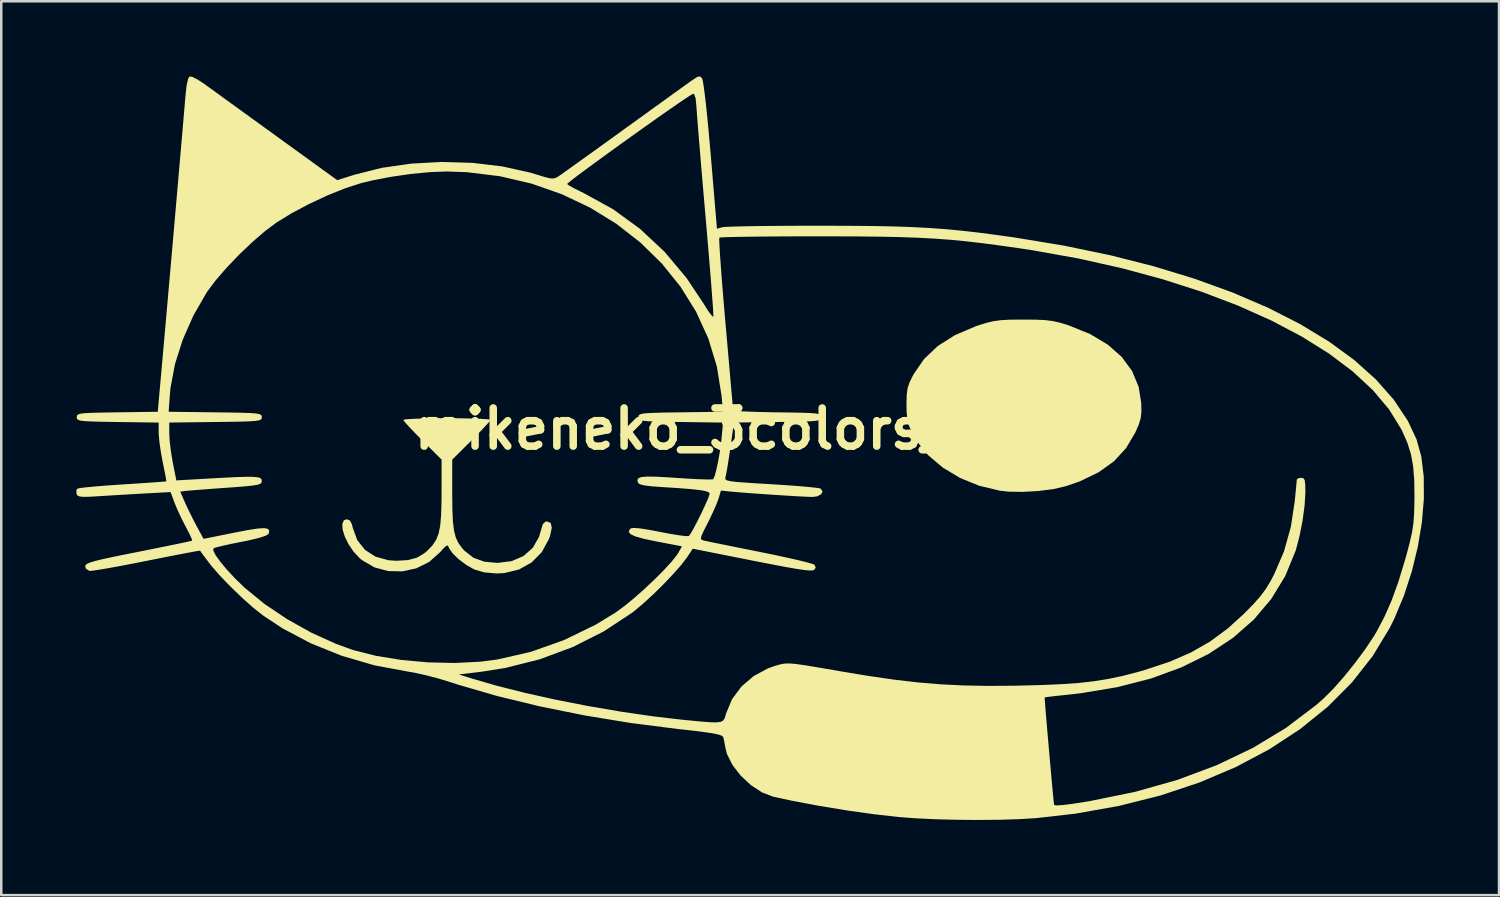
<source format=kicad_pcb>
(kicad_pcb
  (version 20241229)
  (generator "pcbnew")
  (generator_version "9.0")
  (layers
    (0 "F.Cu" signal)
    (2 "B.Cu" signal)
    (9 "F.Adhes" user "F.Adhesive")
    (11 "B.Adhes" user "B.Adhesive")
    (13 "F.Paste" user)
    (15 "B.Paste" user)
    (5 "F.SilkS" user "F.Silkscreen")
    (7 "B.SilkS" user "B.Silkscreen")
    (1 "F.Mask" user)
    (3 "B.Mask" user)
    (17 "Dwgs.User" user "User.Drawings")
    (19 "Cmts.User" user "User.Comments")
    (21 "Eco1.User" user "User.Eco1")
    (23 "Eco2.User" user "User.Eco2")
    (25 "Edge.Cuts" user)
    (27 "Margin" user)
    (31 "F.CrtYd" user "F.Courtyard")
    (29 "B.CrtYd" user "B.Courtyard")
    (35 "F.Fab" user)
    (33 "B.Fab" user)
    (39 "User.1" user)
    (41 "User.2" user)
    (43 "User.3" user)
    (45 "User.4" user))
  (footprint "mikeneko_3colors_hosei"
    (layer "F.Cu")
    (at 27.24 14.074)
    (property "Reference" "mikeneko_3colors_hosei" (at 0 0 0) (layer "F.SilkS") (effects (font (size 1.524 1.524) (thickness 0.3))))
    (attr board_only exclude_from_pos_files exclude_from_bom)
    (fp_poly (pts (xy 11.062 -4.36) (xy 11.429 -4.344) (xy 11.726 -4.308) (xy 12.004 -4.247) (xy 12.313 -4.155) (xy 12.385 -4.131) (xy 13.233 -3.788) (xy 13.939 -3.366) (xy 14.501 -2.871) (xy 14.914 -2.307) (xy 15.175 -1.677) (xy 15.277 -1.043) (xy 15.286 -0.695) (xy 15.258 -0.43) (xy 15.179 -0.169) (xy 15.041 0.146) (xy 14.674 0.766) (xy 14.193 1.291) (xy 13.583 1.73) (xy 12.835 2.092) (xy 12.275 2.288) (xy 11.78 2.402) (xy 11.187 2.48) (xy 10.565 2.516) (xy 9.982 2.507) (xy 9.632 2.469) (xy 8.81 2.272) (xy 8.044 1.96) (xy 7.356 1.548) (xy 6.772 1.053) (xy 6.316 0.491) (xy 6.137 0.177) (xy 6.01 -0.112) (xy 5.939 -0.379) (xy 5.909 -0.695) (xy 5.905 -0.977) (xy 5.913 -1.346) (xy 5.948 -1.616) (xy 6.027 -1.856) (xy 6.165 -2.136) (xy 6.186 -2.176) (xy 6.606 -2.788) (xy 7.155 -3.309) (xy 7.842 -3.744) (xy 8.673 -4.098) (xy 8.792 -4.139) (xy 9.106 -4.236) (xy 9.384 -4.301) (xy 9.676 -4.34) (xy 10.032 -4.359) (xy 10.502 -4.364) (xy 10.576 -4.364)) (stroke (width 0) (type solid)) (fill yes) (layer "F.SilkS"))
    (fp_poly (pts (xy -11.922 -0.422) (xy -11.462 -0.413) (xy -11.089 -0.4) (xy -10.83 -0.384) (xy -10.709 -0.365) (xy -10.704 -0.359) (xy -10.761 -0.278) (xy -10.916 -0.103) (xy -11.147 0.142) (xy -11.431 0.431) (xy -11.468 0.467) (xy -12.233 1.228) (xy -12.233 2.613) (xy -12.227 3.225) (xy -12.206 3.696) (xy -12.163 4.056) (xy -12.092 4.334) (xy -11.986 4.559) (xy -11.84 4.76) (xy -11.74 4.87) (xy -11.385 5.147) (xy -10.95 5.304) (xy -10.423 5.352) (xy -9.86 5.281) (xy -9.386 5.077) (xy -9.017 4.75) (xy -8.766 4.312) (xy -8.685 4.035) (xy -8.614 3.802) (xy -8.513 3.705) (xy -8.45 3.695) (xy -8.3 3.76) (xy -8.258 3.952) (xy -8.325 4.266) (xy -8.37 4.393) (xy -8.656 4.92) (xy -9.058 5.33) (xy -9.561 5.613) (xy -10.146 5.757) (xy -10.449 5.774) (xy -10.953 5.731) (xy -11.346 5.616) (xy -11.658 5.442) (xy -11.959 5.219) (xy -12.205 4.985) (xy -12.351 4.779) (xy -12.364 4.746) (xy -12.406 4.661) (xy -12.472 4.668) (xy -12.592 4.781) (xy -12.724 4.932) (xy -13.156 5.315) (xy -13.667 5.568) (xy -14.223 5.69) (xy -14.791 5.678) (xy -15.338 5.531) (xy -15.832 5.244) (xy -15.921 5.17) (xy -16.168 4.908) (xy -16.372 4.609) (xy -16.522 4.303) (xy -16.61 4.02) (xy -16.623 3.791) (xy -16.554 3.646) (xy -16.442 3.61) (xy -16.318 3.657) (xy -16.236 3.821) (xy -16.205 3.95) (xy -16.024 4.443) (xy -15.717 4.831) (xy -15.297 5.102) (xy -14.779 5.246) (xy -14.463 5.267) (xy -13.997 5.239) (xy -13.641 5.143) (xy -13.341 4.962) (xy -13.22 4.858) (xy -13.025 4.655) (xy -12.881 4.441) (xy -12.779 4.188) (xy -12.713 3.867) (xy -12.677 3.448) (xy -12.661 2.902) (xy -12.659 2.589) (xy -12.658 1.228) (xy -13.422 0.467) (xy -13.711 0.175) (xy -13.95 -0.076) (xy -14.116 -0.261) (xy -14.186 -0.355) (xy -14.187 -0.359) (xy -14.106 -0.379) (xy -13.88 -0.396) (xy -13.535 -0.41) (xy -13.095 -0.42) (xy -12.586 -0.425) (xy -12.445 -0.425)) (stroke (width 0) (type solid)) (fill yes) (layer "F.SilkS"))
    (fp_poly (pts (xy -22.597 -14.048) (xy -22.387 -13.94) (xy -22.13 -13.771) (xy -22.098 -13.748) (xy -21.908 -13.61) (xy -21.6 -13.387) (xy -21.195 -13.093) (xy -20.714 -12.745) (xy -20.177 -12.356) (xy -19.604 -11.942) (xy -19.208 -11.655) (xy -16.824 -9.93) (xy -16.135 -10.148) (xy -15.047 -10.422) (xy -13.872 -10.591) (xy -12.65 -10.658) (xy -11.424 -10.621) (xy -10.238 -10.48) (xy -9.132 -10.236) (xy -8.864 -10.155) (xy -8.531 -10.053) (xy -8.316 -10.002) (xy -8.175 -9.999) (xy -8.062 -10.039) (xy -7.992 -10.082) (xy -7.875 -10.163) (xy -7.639 -10.331) (xy -7.299 -10.574) (xy -6.874 -10.879) (xy -6.38 -11.234) (xy -5.836 -11.626) (xy -5.357 -11.972) (xy -4.779 -12.389) (xy -4.234 -12.783) (xy -3.739 -13.139) (xy -3.314 -13.446) (xy -2.976 -13.689) (xy -2.742 -13.857) (xy -2.643 -13.927) (xy -2.454 -14.049) (xy -2.346 -14.074) (xy -2.268 -14.011) (xy -2.256 -13.995) (xy -2.224 -13.878) (xy -2.182 -13.608) (xy -2.131 -13.203) (xy -2.073 -12.68) (xy -2.011 -12.056) (xy -1.947 -11.349) (xy -1.91 -10.926) (xy -1.663 -7.991) (xy -1.448 -8.052) (xy -1.319 -8.065) (xy -1.039 -8.076) (xy -0.626 -8.087) (xy -0.1 -8.096) (xy 0.522 -8.103) (xy 1.221 -8.108) (xy 1.978 -8.111) (xy 2.464 -8.111) (xy 3.56 -8.108) (xy 4.515 -8.1) (xy 5.355 -8.084) (xy 6.108 -8.058) (xy 6.802 -8.022) (xy 7.465 -7.974) (xy 8.124 -7.911) (xy 8.807 -7.833) (xy 9.541 -7.737) (xy 10.236 -7.639) (xy 12.178 -7.319) (xy 14.026 -6.936) (xy 15.772 -6.494) (xy 17.41 -5.994) (xy 18.936 -5.44) (xy 20.342 -4.836) (xy 21.622 -4.184) (xy 22.771 -3.488) (xy 23.782 -2.75) (xy 24.648 -1.974) (xy 25.364 -1.162) (xy 25.924 -0.319) (xy 26.271 0.419) (xy 26.461 1.102) (xy 26.558 1.899) (xy 26.564 2.782) (xy 26.485 3.726) (xy 26.323 4.704) (xy 26.083 5.69) (xy 25.768 6.658) (xy 25.382 7.581) (xy 25.204 7.94) (xy 24.523 9.068) (xy 23.695 10.121) (xy 22.727 11.095) (xy 21.627 11.985) (xy 20.401 12.789) (xy 19.058 13.502) (xy 17.605 14.119) (xy 16.048 14.638) (xy 14.395 15.054) (xy 12.654 15.364) (xy 11.086 15.542) (xy 10.431 15.583) (xy 9.654 15.608) (xy 8.801 15.616) (xy 7.921 15.609) (xy 7.058 15.587) (xy 6.262 15.549) (xy 5.607 15.5) (xy 4.627 15.39) (xy 3.55 15.239) (xy 2.441 15.057) (xy 1.366 14.855) (xy 0.595 14.691) (xy 0.141 14.518) (xy -0.308 14.225) (xy -0.714 13.847) (xy -1.045 13.42) (xy -1.264 12.979) (xy -1.321 12.758) (xy -1.366 12.513) (xy -1.406 12.327) (xy -1.41 12.311) (xy -1.452 12.262) (xy -1.564 12.216) (xy -1.763 12.17) (xy -2.071 12.121) (xy -2.505 12.065) (xy -3.086 11.999) (xy -3.208 11.986) (xy -5.095 11.746) (xy -6.951 11.441) (xy -8.743 11.079) (xy -10.44 10.667) (xy -12.01 10.21) (xy -12.318 10.11) (xy -12.789 9.966) (xy -13.289 9.836) (xy -13.428 9.805) (xy -11.967 9.805) (xy -11.484 9.958) (xy -10.471 10.253) (xy -9.328 10.541) (xy -8.092 10.816) (xy -6.803 11.068) (xy -5.501 11.291) (xy -4.222 11.477) (xy -3.008 11.619) (xy -2.846 11.634) (xy -2.322 11.684) (xy -1.943 11.714) (xy -1.681 11.72) (xy -1.513 11.698) (xy -1.413 11.644) (xy -1.354 11.552) (xy -1.313 11.418) (xy -1.297 11.358) (xy -1.061 10.794) (xy -0.686 10.289) (xy -0.196 9.869) (xy 0.383 9.558) (xy 0.66 9.462) (xy 0.817 9.417) (xy 0.954 9.385) (xy 1.095 9.368) (xy 1.263 9.368) (xy 1.483 9.388) (xy 1.779 9.428) (xy 2.175 9.492) (xy 2.694 9.58) (xy 3.228 9.673) (xy 4.379 9.864) (xy 5.407 10.013) (xy 6.356 10.124) (xy 7.267 10.2) (xy 8.181 10.245) (xy 9.142 10.263) (xy 10.19 10.256) (xy 10.321 10.253) (xy 11.262 10.23) (xy 12.064 10.196) (xy 12.759 10.147) (xy 13.377 10.079) (xy 13.949 9.988) (xy 14.508 9.871) (xy 15.083 9.724) (xy 15.416 9.629) (xy 16.405 9.301) (xy 17.263 8.929) (xy 18.028 8.491) (xy 18.738 7.966) (xy 19.371 7.391) (xy 19.748 7.009) (xy 20.029 6.692) (xy 20.25 6.395) (xy 20.445 6.073) (xy 20.58 5.818) (xy 20.979 4.892) (xy 21.252 3.914) (xy 21.408 2.888) (xy 21.443 2.533) (xy 21.47 2.243) (xy 21.487 2.059) (xy 21.49 2.018) (xy 21.563 1.966) (xy 21.662 1.954) (xy 21.753 1.97) (xy 21.804 2.045) (xy 21.827 2.214) (xy 21.832 2.515) (xy 21.832 2.527) (xy 21.802 3.053) (xy 21.72 3.664) (xy 21.598 4.285) (xy 21.45 4.844) (xy 21.436 4.885) (xy 21.026 5.88) (xy 20.472 6.789) (xy 19.777 7.611) (xy 18.946 8.342) (xy 17.981 8.98) (xy 16.887 9.522) (xy 15.668 9.968) (xy 14.326 10.313) (xy 12.867 10.556) (xy 12.324 10.617) (xy 11.958 10.655) (xy 11.662 10.689) (xy 11.473 10.714) (xy 11.422 10.726) (xy 11.426 10.81) (xy 11.443 11.036) (xy 11.47 11.376) (xy 11.506 11.803) (xy 11.548 12.288) (xy 11.593 12.804) (xy 11.639 13.324) (xy 11.683 13.82) (xy 11.724 14.264) (xy 11.758 14.628) (xy 11.784 14.886) (xy 11.798 15.009) (xy 11.799 15.015) (xy 11.89 15.036) (xy 12.131 15.022) (xy 12.529 14.972) (xy 13.088 14.885) (xy 13.21 14.865) (xy 15.016 14.498) (xy 16.708 14.021) (xy 18.281 13.434) (xy 19.732 12.741) (xy 21.055 11.942) (xy 22.246 11.04) (xy 22.569 10.758) (xy 22.946 10.381) (xy 23.37 9.901) (xy 23.803 9.364) (xy 24.21 8.815) (xy 24.554 8.3) (xy 24.667 8.112) (xy 24.989 7.504) (xy 25.277 6.848) (xy 25.545 6.107) (xy 25.808 5.245) (xy 25.88 4.988) (xy 26.006 4.511) (xy 26.091 4.13) (xy 26.144 3.783) (xy 26.172 3.41) (xy 26.185 2.952) (xy 26.188 2.737) (xy 26.179 2.047) (xy 26.134 1.48) (xy 26.042 0.99) (xy 25.896 0.534) (xy 25.687 0.065) (xy 25.664 0.019) (xy 25.174 -0.778) (xy 24.523 -1.55) (xy 23.719 -2.296) (xy 22.77 -3.009) (xy 21.685 -3.688) (xy 20.472 -4.327) (xy 19.137 -4.924) (xy 17.691 -5.474) (xy 16.139 -5.973) (xy 14.492 -6.418) (xy 12.756 -6.806) (xy 10.939 -7.131) (xy 10.406 -7.212) (xy 9.638 -7.321) (xy 8.942 -7.413) (xy 8.293 -7.488) (xy 7.664 -7.549) (xy 7.031 -7.596) (xy 6.367 -7.632) (xy 5.647 -7.657) (xy 4.846 -7.674) (xy 3.936 -7.684) (xy 2.894 -7.687) (xy 2.407 -7.688) (xy 1.607 -7.687) (xy 0.859 -7.684) (xy 0.181 -7.679) (xy -0.41 -7.672) (xy -0.898 -7.664) (xy -1.265 -7.655) (xy -1.494 -7.645) (xy -1.568 -7.635) (xy -1.572 -7.542) (xy -1.562 -7.297) (xy -1.539 -6.92) (xy -1.504 -6.429) (xy -1.459 -5.841) (xy -1.405 -5.176) (xy -1.343 -4.45) (xy -1.32 -4.187) (xy -1.254 -3.445) (xy -1.194 -2.757) (xy -1.14 -2.14) (xy -1.094 -1.612) (xy -1.057 -1.193) (xy -1.032 -0.9) (xy -1.02 -0.752) (xy -1.019 -0.738) (xy -0.939 -0.72) (xy -0.713 -0.703) (xy -0.367 -0.687) (xy 0.073 -0.673) (xy 0.584 -0.662) (xy 0.743 -0.66) (xy 1.333 -0.652) (xy 1.774 -0.643) (xy 2.088 -0.63) (xy 2.296 -0.613) (xy 2.421 -0.587) (xy 2.483 -0.551) (xy 2.504 -0.503) (xy 2.506 -0.467) (xy 2.499 -0.41) (xy 2.464 -0.367) (xy 2.378 -0.336) (xy 2.222 -0.314) (xy 1.972 -0.298) (xy 1.607 -0.288) (xy 1.106 -0.279) (xy 0.761 -0.274) (xy -0.984 -0.252) (xy -1.126 0.745) (xy -1.186 1.154) (xy -1.243 1.515) (xy -1.291 1.786) (xy -1.32 1.92) (xy -1.332 1.979) (xy -1.316 2.024) (xy -1.252 2.06) (xy -1.119 2.09) (xy -0.897 2.117) (xy -0.566 2.143) (xy -0.106 2.174) (xy 0.499 2.21) (xy 1.049 2.245) (xy 1.545 2.281) (xy 1.96 2.317) (xy 2.268 2.349) (xy 2.444 2.375) (xy 2.472 2.384) (xy 2.554 2.495) (xy 2.5 2.609) (xy 2.341 2.694) (xy 2.164 2.718) (xy 1.96 2.712) (xy 1.626 2.696) (xy 1.197 2.671) (xy 0.713 2.64) (xy 0.21 2.607) (xy -0.273 2.572) (xy -0.698 2.54) (xy -1.029 2.512) (xy -1.07 2.508) (xy -1.503 2.465) (xy -1.599 2.783) (xy -1.683 3.009) (xy -1.822 3.325) (xy -1.988 3.672) (xy -2.032 3.759) (xy -2.192 4.074) (xy -2.281 4.271) (xy -2.305 4.38) (xy -2.271 4.432) (xy -2.185 4.46) (xy -2.183 4.461) (xy -2.05 4.489) (xy -1.776 4.546) (xy -1.385 4.625) (xy -0.903 4.723) (xy -0.356 4.833) (xy 0.07 4.918) (xy 0.644 5.035) (xy 1.164 5.148) (xy 1.607 5.249) (xy 1.949 5.334) (xy 2.166 5.397) (xy 2.232 5.426) (xy 2.28 5.542) (xy 2.223 5.626) (xy 2.159 5.651) (xy 2.024 5.654) (xy 1.804 5.633) (xy 1.482 5.585) (xy 1.041 5.508) (xy 0.468 5.399) (xy -0.255 5.257) (xy -2.629 4.785) (xy -2.852 5.121) (xy -3.079 5.421) (xy -3.404 5.792) (xy -3.792 6.2) (xy -4.209 6.61) (xy -4.619 6.986) (xy -4.988 7.294) (xy -5.049 7.34) (xy -6.185 8.089) (xy -7.422 8.712) (xy -8.74 9.201) (xy -10.118 9.548) (xy -11.085 9.7) (xy -11.967 9.805) (xy -13.428 9.805) (xy -13.749 9.734) (xy -14.017 9.689) (xy -15.339 9.442) (xy -16.633 9.065) (xy -17.867 8.569) (xy -19.009 7.966) (xy -19.793 7.447) (xy -20.187 7.133) (xy -20.633 6.736) (xy -21.088 6.297) (xy -21.508 5.861) (xy -21.85 5.469) (xy -21.939 5.354) (xy -22.116 5.118) (xy -22.247 4.942) (xy -22.302 4.864) (xy -22.303 4.864) (xy -22.385 4.874) (xy -22.612 4.914) (xy -22.96 4.98) (xy -23.409 5.066) (xy -23.935 5.17) (xy -24.43 5.269) (xy -25.015 5.385) (xy -25.552 5.487) (xy -26.015 5.571) (xy -26.381 5.632) (xy -26.625 5.667) (xy -26.717 5.672) (xy -26.86 5.585) (xy -26.887 5.489) (xy -26.871 5.437) (xy -26.811 5.387) (xy -26.688 5.334) (xy -26.484 5.273) (xy -26.18 5.2) (xy -25.758 5.109) (xy -25.199 4.995) (xy -24.763 4.909) (xy -24.186 4.793) (xy -23.667 4.688) (xy -23.227 4.598) (xy -22.891 4.527) (xy -22.679 4.48) (xy -22.614 4.463) (xy -22.639 4.382) (xy -22.727 4.191) (xy -22.862 3.931) (xy -22.88 3.897) (xy -23.056 3.551) (xy -23.221 3.193) (xy -23.325 2.94) (xy -23.479 2.524) (xy -24.461 2.577) (xy -24.973 2.606) (xy -25.538 2.639) (xy -26.069 2.671) (xy -26.311 2.687) (xy -26.706 2.71) (xy -26.965 2.715) (xy -27.118 2.699) (xy -27.199 2.658) (xy -27.237 2.595) (xy -27.24 2.443) (xy -27.195 2.386) (xy -27.084 2.362) (xy -26.83 2.332) (xy -26.461 2.297) (xy -26.004 2.261) (xy -25.485 2.225) (xy -25.378 2.218) (xy -24.858 2.185) (xy -24.401 2.154) (xy -24.03 2.128) (xy -23.773 2.109) (xy -23.653 2.097) (xy -23.648 2.096) (xy -23.659 2.012) (xy -23.698 1.8) (xy -23.758 1.497) (xy -23.795 1.317) (xy -23.868 0.919) (xy -23.923 0.532) (xy -23.952 0.222) (xy -23.954 0.15) (xy -23.956 -0.251) (xy -25.591 -0.274) (xy -26.156 -0.283) (xy -26.573 -0.293) (xy -26.865 -0.306) (xy -27.054 -0.326) (xy -27.162 -0.354) (xy -27.212 -0.394) (xy -27.226 -0.448) (xy -27.226 -0.467) (xy -27.219 -0.526) (xy -27.182 -0.57) (xy -27.093 -0.602) (xy -26.929 -0.624) (xy -26.668 -0.639) (xy -26.287 -0.649) (xy -25.765 -0.658) (xy -25.609 -0.66) (xy -24.002 -0.683) (xy -23.556 -0.683) (xy -21.696 -0.66) (xy -21.088 -0.652) (xy -20.63 -0.643) (xy -20.299 -0.632) (xy -20.076 -0.615) (xy -19.939 -0.591) (xy -19.867 -0.558) (xy -19.84 -0.514) (xy -19.836 -0.467) (xy -19.842 -0.411) (xy -19.876 -0.369) (xy -19.959 -0.338) (xy -20.11 -0.316) (xy -20.352 -0.3) (xy -20.706 -0.289) (xy -21.191 -0.281) (xy -21.683 -0.274) (xy -23.531 -0.252) (xy -23.531 0.193) (xy -23.514 0.495) (xy -23.467 0.886) (xy -23.402 1.288) (xy -23.39 1.348) (xy -23.249 2.058) (xy -22.01 1.987) (xy -21.345 1.95) (xy -20.83 1.925) (xy -20.447 1.914) (xy -20.176 1.916) (xy -19.998 1.933) (xy -19.895 1.966) (xy -19.847 2.015) (xy -19.836 2.081) (xy -19.846 2.144) (xy -19.892 2.192) (xy -19.997 2.23) (xy -20.185 2.262) (xy -20.479 2.293) (xy -20.903 2.327) (xy -21.28 2.354) (xy -21.77 2.389) (xy -22.212 2.423) (xy -22.572 2.451) (xy -22.819 2.472) (xy -22.909 2.481) (xy -23.093 2.506) (xy -22.908 2.931) (xy -22.765 3.241) (xy -22.582 3.608) (xy -22.443 3.874) (xy -22.162 4.392) (xy -20.925 4.143) (xy -20.39 4.04) (xy -20.002 3.98) (xy -19.743 3.964) (xy -19.595 3.992) (xy -19.54 4.064) (xy -19.56 4.182) (xy -19.563 4.188) (xy -19.673 4.264) (xy -19.946 4.354) (xy -20.376 4.456) (xy -20.637 4.508) (xy -21.041 4.589) (xy -21.387 4.665) (xy -21.64 4.727) (xy -21.763 4.767) (xy -21.764 4.768) (xy -21.773 4.864) (xy -21.674 5.054) (xy -21.486 5.315) (xy -21.226 5.626) (xy -20.91 5.965) (xy -20.557 6.309) (xy -20.52 6.344) (xy -19.732 6.989) (xy -18.826 7.597) (xy -17.854 8.141) (xy -16.867 8.588) (xy -16.183 8.833) (xy -15.275 9.063) (xy -14.26 9.228) (xy -13.192 9.324) (xy -12.123 9.348) (xy -11.104 9.296) (xy -10.443 9.211) (xy -9.092 8.903) (xy -7.772 8.435) (xy -6.509 7.821) (xy -5.703 7.328) (xy -5.362 7.079) (xy -4.969 6.757) (xy -4.555 6.39) (xy -4.147 6.006) (xy -3.775 5.632) (xy -3.469 5.297) (xy -3.256 5.029) (xy -3.208 4.952) (xy -3.06 4.691) (xy -4.088 4.493) (xy -4.582 4.39) (xy -4.92 4.295) (xy -5.116 4.204) (xy -5.185 4.109) (xy -5.139 4.003) (xy -5.118 3.98) (xy -4.997 3.954) (xy -4.729 3.975) (xy -4.307 4.043) (xy -3.95 4.112) (xy -3.539 4.19) (xy -3.187 4.248) (xy -2.927 4.28) (xy -2.794 4.282) (xy -2.786 4.279) (xy -2.714 4.183) (xy -2.594 3.972) (xy -2.444 3.687) (xy -2.286 3.369) (xy -2.14 3.059) (xy -2.024 2.796) (xy -1.961 2.622) (xy -1.954 2.586) (xy -1.992 2.532) (xy -2.117 2.486) (xy -2.346 2.444) (xy -2.695 2.406) (xy -3.181 2.367) (xy -3.809 2.327) (xy -4.261 2.295) (xy -4.565 2.257) (xy -4.743 2.211) (xy -4.817 2.152) (xy -4.818 2.149) (xy -4.84 2.044) (xy -4.8 1.97) (xy -4.678 1.924) (xy -4.457 1.905) (xy -4.116 1.909) (xy -3.636 1.934) (xy -3.278 1.958) (xy -2.805 1.989) (xy -2.393 2.01) (xy -2.071 2.02) (xy -1.868 2.019) (xy -1.812 2.01) (xy -1.755 1.885) (xy -1.687 1.633) (xy -1.615 1.296) (xy -1.548 0.916) (xy -1.495 0.536) (xy -1.477 0.363) (xy -1.421 -0.251) (xy -3.11 -0.274) (xy -3.686 -0.283) (xy -4.113 -0.292) (xy -4.414 -0.305) (xy -4.612 -0.324) (xy -4.727 -0.351) (xy -4.782 -0.389) (xy -4.799 -0.441) (xy -4.8 -0.467) (xy -4.793 -0.525) (xy -4.756 -0.569) (xy -4.669 -0.6) (xy -4.51 -0.622) (xy -4.255 -0.637) (xy -3.884 -0.648) (xy -3.374 -0.657) (xy -3.11 -0.66) (xy -1.421 -0.683) (xy -1.479 -1.323) (xy -1.668 -2.495) (xy -2.011 -3.618) (xy -2.499 -4.682) (xy -3.12 -5.679) (xy -3.864 -6.602) (xy -4.721 -7.441) (xy -5.681 -8.189) (xy -6.733 -8.836) (xy -7.866 -9.373) (xy -9.023 -9.777) (xy -7.645 -9.777) (xy -7.574 -9.721) (xy -7.383 -9.614) (xy -7.108 -9.475) (xy -6.979 -9.413) (xy -5.815 -8.772) (xy -4.737 -7.989) (xy -3.756 -7.071) (xy -2.879 -6.027) (xy -2.195 -4.999) (xy -2.029 -4.734) (xy -1.896 -4.549) (xy -1.817 -4.474) (xy -1.806 -4.48) (xy -1.807 -4.58) (xy -1.822 -4.832) (xy -1.85 -5.219) (xy -1.888 -5.723) (xy -1.937 -6.328) (xy -1.994 -7.017) (xy -2.058 -7.771) (xy -2.118 -8.464) (xy -2.189 -9.28) (xy -2.256 -10.061) (xy -2.317 -10.786) (xy -2.371 -11.436) (xy -2.417 -11.991) (xy -2.451 -12.432) (xy -2.474 -12.738) (xy -2.482 -12.87) (xy -2.515 -13.198) (xy -2.574 -13.36) (xy -2.613 -13.38) (xy -2.702 -13.332) (xy -2.908 -13.198) (xy -3.212 -12.992) (xy -3.595 -12.726) (xy -4.039 -12.416) (xy -4.524 -12.073) (xy -5.031 -11.711) (xy -5.542 -11.345) (xy -6.038 -10.987) (xy -6.499 -10.651) (xy -6.907 -10.351) (xy -7.244 -10.101) (xy -7.489 -9.913) (xy -7.624 -9.801) (xy -7.645 -9.777) (xy -9.023 -9.777) (xy -9.071 -9.794) (xy -10.337 -10.089) (xy -11.653 -10.249) (xy -12.462 -10.277) (xy -13.131 -10.251) (xy -13.893 -10.177) (xy -14.683 -10.063) (xy -15.435 -9.918) (xy -15.871 -9.812) (xy -16.505 -9.608) (xy -17.216 -9.322) (xy -17.949 -8.979) (xy -18.65 -8.607) (xy -19.246 -8.241) (xy -19.708 -7.896) (xy -20.22 -7.454) (xy -20.745 -6.953) (xy -21.245 -6.431) (xy -21.682 -5.926) (xy -22.02 -5.474) (xy -22.043 -5.439) (xy -22.571 -4.519) (xy -22.996 -3.554) (xy -23.304 -2.583) (xy -23.481 -1.643) (xy -23.506 -1.382) (xy -23.556 -0.683) (xy -24.002 -0.683) (xy -23.991 -0.683) (xy -23.844 -2.317) (xy -23.788 -2.945) (xy -23.724 -3.668) (xy -23.653 -4.468) (xy -23.578 -5.326) (xy -23.499 -6.222) (xy -23.418 -7.14) (xy -23.338 -8.059) (xy -23.259 -8.962) (xy -23.183 -9.829) (xy -23.113 -10.642) (xy -23.048 -11.383) (xy -22.992 -12.033) (xy -22.946 -12.572) (xy -22.911 -12.984) (xy -22.889 -13.248) (xy -22.886 -13.281) (xy -22.84 -13.709) (xy -22.78 -13.976) (xy -22.716 -14.074)) (stroke (width 0) (type solid)) (fill yes) (layer "F.SilkS")))
  (gr_rect
    (start -3 -3)
    (end 56.804 32.691)
    (stroke (width 0.1) (type default))
    (fill no)
    (layer "Edge.Cuts")))
</source>
